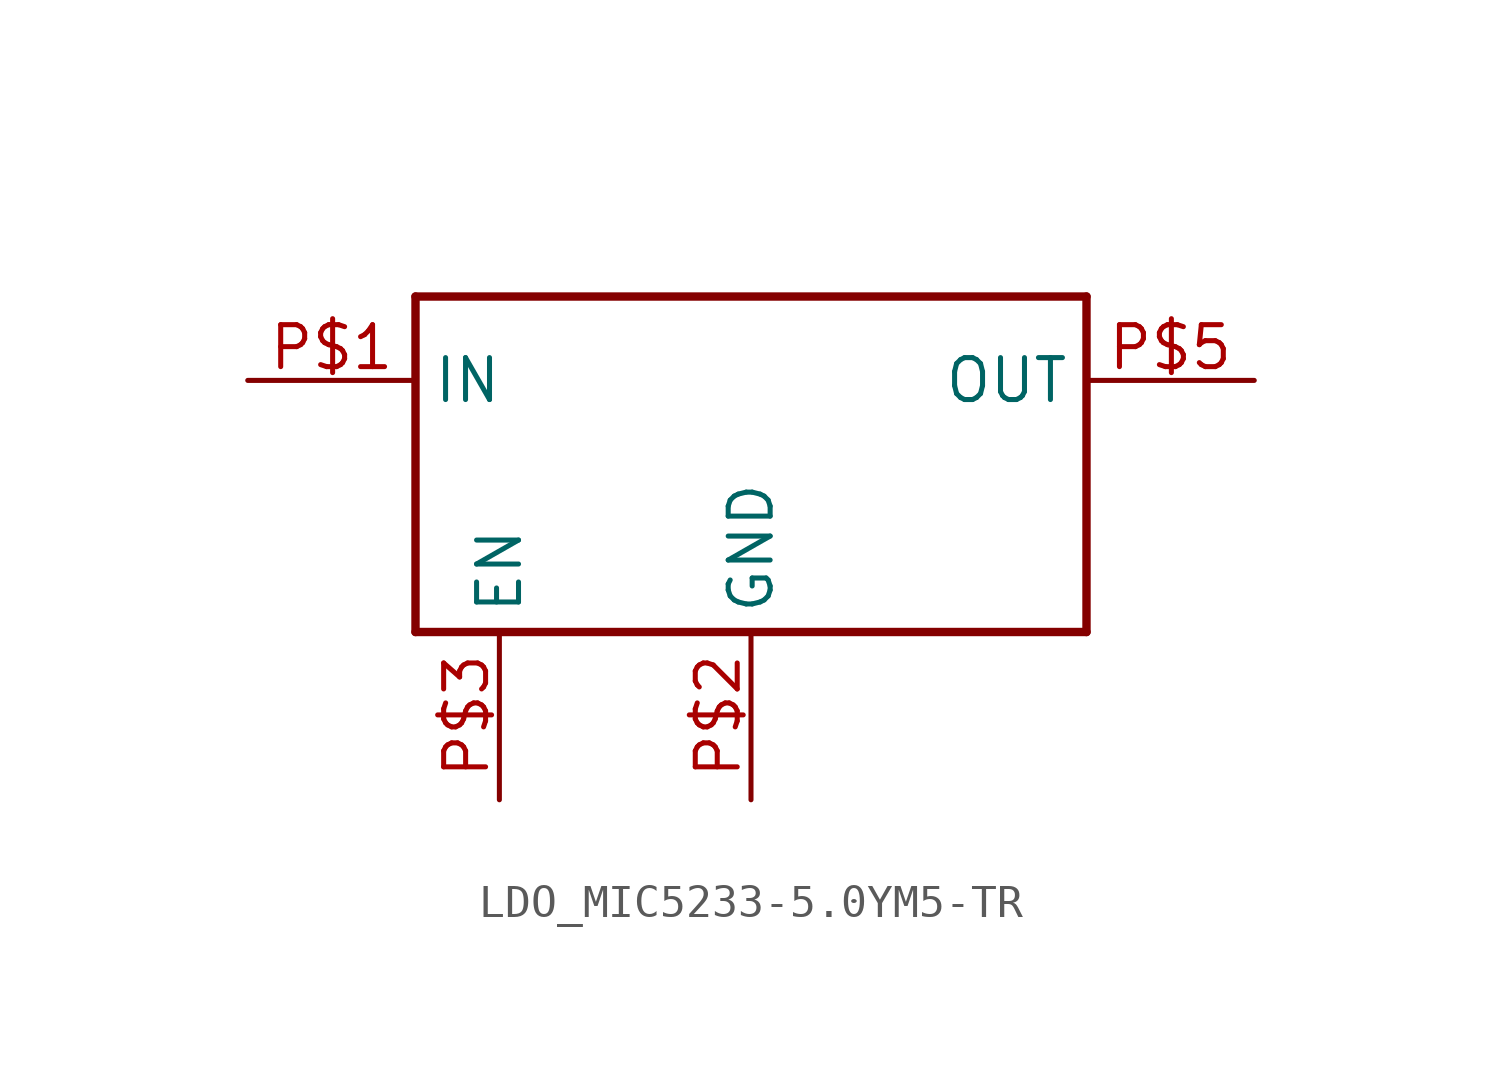
<source format=kicad_sym>
(kicad_symbol_lib
  (version 20220914)
  (generator kicad_symbol_editor)
  (symbol "LDO_MIC5233-5.0YM5-TR"
    (property "Reference" ""
      (at 2.54 10.16 0)
      (effects (font (size 1.778 1.511)) (justify left bottom) hide))
    (property "Value" ""
      (at -10.16 10.16 0)
      (effects (font (size 1.778 1.511)) (justify left bottom)))
    (property "ki_locked" ""
      (at 0 0 0)
      (effects (font (size 1.27 1.27))))
    (symbol "LDO_MIC5233-5.0YM5-TR_1_0"
      (polyline (pts (xy -10.16 -2.54) (xy -10.16 7.62)) (stroke (width 0.254) (type solid)) (fill (type none)))
      (polyline (pts (xy -10.16 7.62) (xy 10.16 7.62)) (stroke (width 0.254) (type solid)) (fill (type none)))
      (polyline (pts (xy 10.16 -2.54) (xy -10.16 -2.54)) (stroke (width 0.254) (type solid)) (fill (type none)))
      (polyline (pts (xy 10.16 7.62) (xy 10.16 -2.54)) (stroke (width 0.254) (type solid)) (fill (type none)))
      (pin bidirectional line (at -15.24 5.08 0) (length 5.08) (name "IN" (effects (font (size 1.27 1.27)))) (number "P$1" (effects (font (size 1.27 1.27)))))
      (pin bidirectional line (at 0 -7.62 90) (length 5.08) (name "GND" (effects (font (size 1.27 1.27)))) (number "P$2" (effects (font (size 1.27 1.27)))))
      (pin bidirectional line (at -7.62 -7.62 90) (length 5.08) (name "EN" (effects (font (size 1.27 1.27)))) (number "P$3" (effects (font (size 1.27 1.27)))))
      (pin bidirectional line (at 15.24 5.08 180) (length 5.08) (name "OUT" (effects (font (size 1.27 1.27)))) (number "P$5" (effects (font (size 1.27 1.27))))))))
</source>
